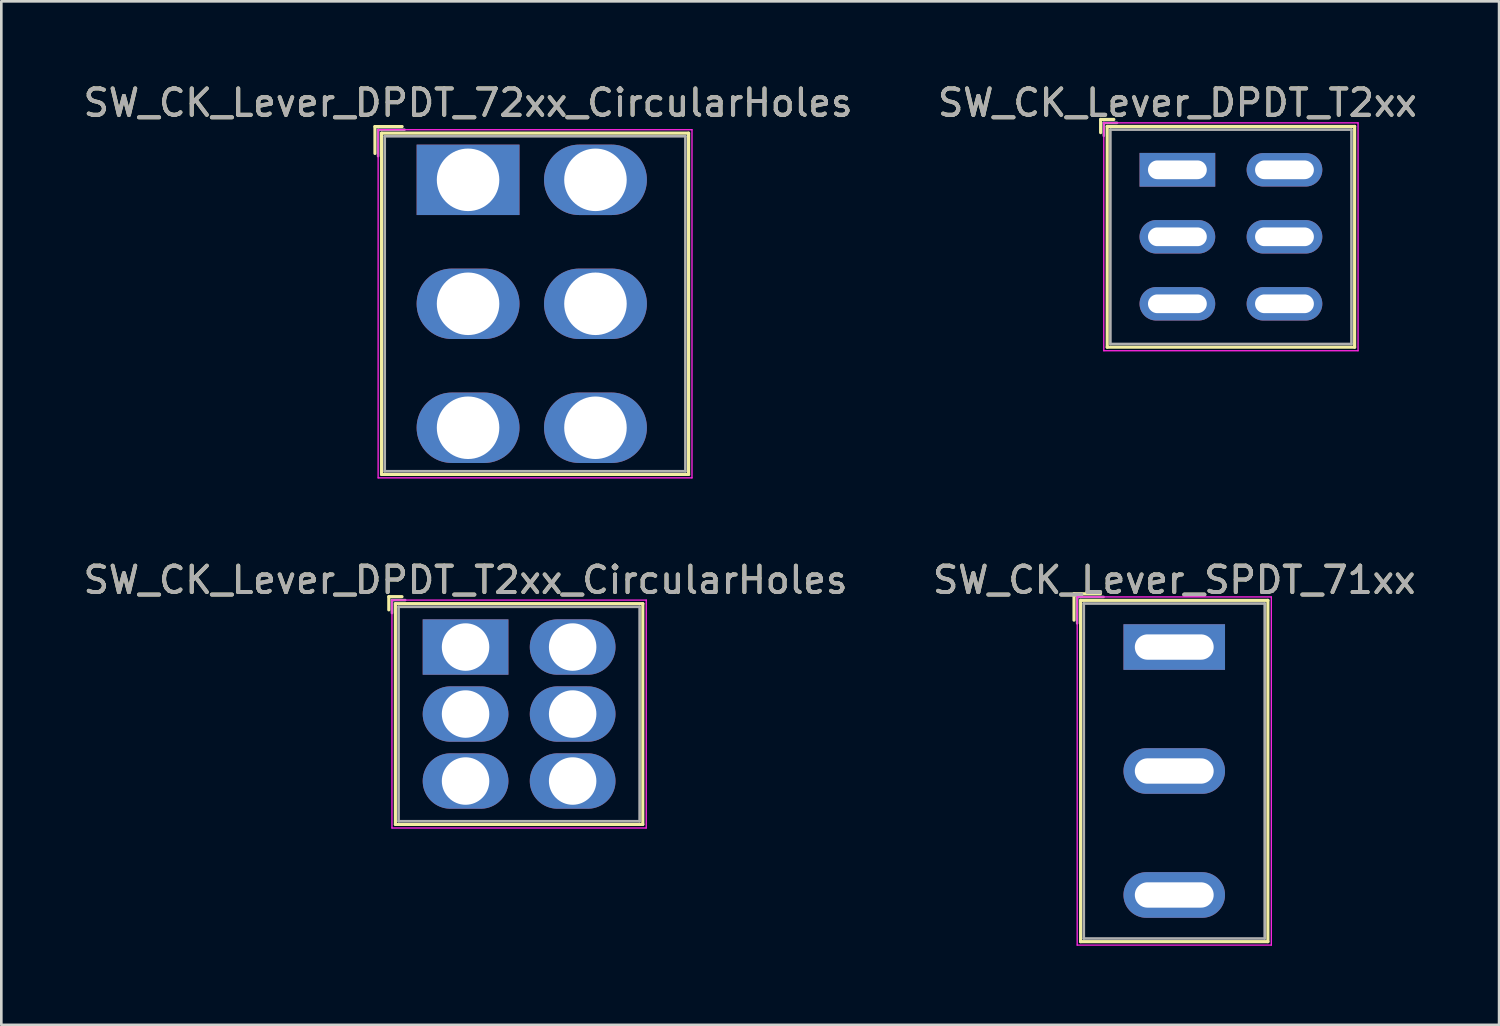
<source format=kicad_pcb>
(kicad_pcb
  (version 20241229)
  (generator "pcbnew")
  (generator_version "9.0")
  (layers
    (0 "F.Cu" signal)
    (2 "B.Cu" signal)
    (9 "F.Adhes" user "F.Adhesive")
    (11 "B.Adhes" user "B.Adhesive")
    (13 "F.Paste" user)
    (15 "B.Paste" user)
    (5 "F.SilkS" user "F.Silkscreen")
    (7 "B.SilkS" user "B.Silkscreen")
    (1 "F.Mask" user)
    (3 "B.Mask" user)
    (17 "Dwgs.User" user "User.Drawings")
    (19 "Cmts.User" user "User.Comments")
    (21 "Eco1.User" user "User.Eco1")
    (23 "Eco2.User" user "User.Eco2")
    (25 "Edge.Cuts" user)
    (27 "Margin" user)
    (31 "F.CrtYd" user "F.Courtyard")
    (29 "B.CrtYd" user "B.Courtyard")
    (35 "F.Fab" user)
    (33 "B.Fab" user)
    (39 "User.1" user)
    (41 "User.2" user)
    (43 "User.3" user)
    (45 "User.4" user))
  (footprint "SW_CK_Lever_SPDT_71xx"
    (layer "F.Cu")
    (at 41.47 21.482)
    (property "Reference" "SW_CK_Lever_SPDT_71xx" (at 0 -2.54 180) (layer "F.SilkS") (effects (font (size 1 1) (thickness 0.15))))
    (attr through_hole)
    (fp_line (start -3.8 -2.02) (end -3.8 -1.02) (stroke (width 0.12) (type solid)) (layer "F.SilkS"))
    (fp_line (start -3.8 -2.02) (end -2.8 -2.02) (stroke (width 0.12) (type solid)) (layer "F.SilkS"))
    (fp_line (start -3.55 -1.77) (end -3.55 11.17) (stroke (width 0.12) (type solid)) (layer "F.SilkS"))
    (fp_line (start -3.55 -1.77) (end 3.55 -1.77) (stroke (width 0.12) (type solid)) (layer "F.SilkS"))
    (fp_line (start -3.55 11.17) (end 3.55 11.17) (stroke (width 0.12) (type solid)) (layer "F.SilkS"))
    (fp_line (start 3.55 -1.77) (end 3.55 11.17) (stroke (width 0.12) (type solid)) (layer "F.SilkS"))
    (fp_line (start -3.68 -1.9) (end -3.68 11.3) (stroke (width 0.05) (type solid)) (layer "F.CrtYd"))
    (fp_line (start -3.68 -1.9) (end 3.68 -1.9) (stroke (width 0.05) (type solid)) (layer "F.CrtYd"))
    (fp_line (start -3.68 11.3) (end 3.68 11.3) (stroke (width 0.05) (type solid)) (layer "F.CrtYd"))
    (fp_line (start 3.68 -1.9) (end 3.68 11.3) (stroke (width 0.05) (type solid)) (layer "F.CrtYd"))
    (fp_line (start -3.68 -1.9) (end -3.68 -0.9) (stroke (width 0.1) (type solid)) (layer "F.Fab"))
    (fp_line (start -3.68 -1.9) (end -2.68 -1.9) (stroke (width 0.1) (type solid)) (layer "F.Fab"))
    (fp_line (start -3.43 -1.65) (end -3.43 11.05) (stroke (width 0.1) (type solid)) (layer "F.Fab"))
    (fp_line (start -3.43 -1.65) (end 3.43 -1.65) (stroke (width 0.1) (type solid)) (layer "F.Fab"))
    (fp_line (start -3.43 11.05) (end 3.43 11.05) (stroke (width 0.1) (type solid)) (layer "F.Fab"))
    (fp_line (start 3.43 -1.65) (end 3.43 11.05) (stroke (width 0.1) (type solid)) (layer "F.Fab"))
    (fp_text user "${REFERENCE}" (at 0 -2.54 180) (layer "F.Fab") (effects (font (size 1 1) (thickness 0.15))))
    (pad "1" thru_hole rect (at 0 0) (size 3.85 1.73) (drill oval 2.99 0.96) (layers "*.Cu" "*.Mask"))
    (pad "2" thru_hole oval (at 0 4.7) (size 3.85 1.73) (drill oval 2.99 0.96) (layers "*.Cu" "*.Mask"))
    (pad "3" thru_hole oval (at 0 9.4) (size 3.85 1.73) (drill oval 2.99 0.96) (layers "*.Cu" "*.Mask")))
  (footprint "SW_CK_Lever_DPDT_72xx_CircularHoles"
    (layer "F.Cu")
    (at 14.696 3.768)
    (property "Reference" "SW_CK_Lever_DPDT_72xx_CircularHoles" (at 0 -2.92 180) (layer "F.SilkS") (effects (font (size 1 1) (thickness 0.15))))
    (attr through_hole)
    (fp_line (start -3.53 -2.02) (end -3.53 -1) (stroke (width 0.12) (type solid)) (layer "F.SilkS"))
    (fp_line (start -3.53 -2.02) (end -2.5 -2.02) (stroke (width 0.12) (type solid)) (layer "F.SilkS"))
    (fp_line (start -3.28 -1.77) (end -3.28 11.17) (stroke (width 0.12) (type solid)) (layer "F.SilkS"))
    (fp_line (start -3.28 -1.77) (end 8.36 -1.77) (stroke (width 0.12) (type solid)) (layer "F.SilkS"))
    (fp_line (start -3.28 11.17) (end 8.36 11.17) (stroke (width 0.12) (type solid)) (layer "F.SilkS"))
    (fp_line (start 8.36 -1.77) (end 8.36 11.17) (stroke (width 0.12) (type solid)) (layer "F.SilkS"))
    (fp_line (start -3.41 -1.9) (end -3.41 11.3) (stroke (width 0.05) (type solid)) (layer "F.CrtYd"))
    (fp_line (start -3.41 -1.9) (end 8.49 -1.9) (stroke (width 0.05) (type solid)) (layer "F.CrtYd"))
    (fp_line (start -3.41 11.3) (end 8.49 11.3) (stroke (width 0.05) (type solid)) (layer "F.CrtYd"))
    (fp_line (start 8.49 -1.9) (end 8.49 11.3) (stroke (width 0.05) (type solid)) (layer "F.CrtYd"))
    (fp_line (start -3.41 -1.9) (end -3.41 -0.9) (stroke (width 0.1) (type solid)) (layer "F.Fab"))
    (fp_line (start -3.41 -1.9) (end -2.41 -1.9) (stroke (width 0.1) (type solid)) (layer "F.Fab"))
    (fp_line (start -3.16 -1.65) (end -3.16 11.05) (stroke (width 0.1) (type solid)) (layer "F.Fab"))
    (fp_line (start -3.16 -1.65) (end 8.24 -1.65) (stroke (width 0.1) (type solid)) (layer "F.Fab"))
    (fp_line (start -3.16 11.05) (end 8.24 11.05) (stroke (width 0.1) (type solid)) (layer "F.Fab"))
    (fp_line (start 8.24 -1.65) (end 8.24 11.05) (stroke (width 0.1) (type solid)) (layer "F.Fab"))
    (fp_text user "${REFERENCE}" (at 0 -2.92 180) (layer "F.Fab") (effects (font (size 1 1) (thickness 0.15))))
    (pad "1" thru_hole rect (at 0 0) (size 3.9 2.67) (drill 2.37) (layers "*.Cu" "*.Mask"))
    (pad "2" thru_hole oval (at 0 4.7) (size 3.9 2.67) (drill 2.37) (layers "*.Cu" "*.Mask"))
    (pad "3" thru_hole oval (at 0 9.4) (size 3.9 2.67) (drill 2.37) (layers "*.Cu" "*.Mask"))
    (pad "4" thru_hole oval (at 4.83 0) (size 3.9 2.67) (drill 2.37) (layers "*.Cu" "*.Mask"))
    (pad "5" thru_hole oval (at 4.83 4.7) (size 3.9 2.67) (drill 2.37) (layers "*.Cu" "*.Mask"))
    (pad "6" thru_hole oval (at 4.83 9.4) (size 3.9 2.67) (drill 2.37) (layers "*.Cu" "*.Mask")))
  (footprint "SW_CK_Lever_DPDT_T2xx_CircularHoles"
    (layer "F.Cu")
    (at 14.601 21.482)
    (property "Reference" "SW_CK_Lever_DPDT_T2xx_CircularHoles" (at 0 -2.54 180) (layer "F.SilkS") (effects (font (size 1 1) (thickness 0.15))))
    (attr through_hole)
    (fp_line (start -2.91 -1.91) (end -2.91 -1.41) (stroke (width 0.12) (type solid)) (layer "F.SilkS"))
    (fp_line (start -2.91 -1.91) (end -2.41 -1.91) (stroke (width 0.12) (type solid)) (layer "F.SilkS"))
    (fp_line (start -2.66 -1.645) (end -2.66 6.725) (stroke (width 0.12) (type solid)) (layer "F.SilkS"))
    (fp_line (start -2.66 -1.645) (end 6.72 -1.645) (stroke (width 0.12) (type solid)) (layer "F.SilkS"))
    (fp_line (start -2.66 6.725) (end 6.72 6.725) (stroke (width 0.12) (type solid)) (layer "F.SilkS"))
    (fp_line (start 6.72 -1.645) (end 6.72 6.725) (stroke (width 0.12) (type solid)) (layer "F.SilkS"))
    (fp_line (start -2.79 -1.78) (end -2.79 6.86) (stroke (width 0.05) (type solid)) (layer "F.CrtYd"))
    (fp_line (start -2.79 -1.78) (end 6.85 -1.78) (stroke (width 0.05) (type solid)) (layer "F.CrtYd"))
    (fp_line (start -2.79 6.86) (end 6.85 6.86) (stroke (width 0.05) (type solid)) (layer "F.CrtYd"))
    (fp_line (start 6.85 -1.78) (end 6.85 6.86) (stroke (width 0.05) (type solid)) (layer "F.CrtYd"))
    (fp_line (start -2.79 -1.78) (end -2.79 -1.29) (stroke (width 0.1) (type solid)) (layer "F.Fab"))
    (fp_line (start -2.79 -1.78) (end -2.29 -1.78) (stroke (width 0.1) (type solid)) (layer "F.Fab"))
    (fp_line (start -2.54 -1.525) (end -2.54 6.605) (stroke (width 0.1) (type solid)) (layer "F.Fab"))
    (fp_line (start -2.54 -1.525) (end 6.6 -1.525) (stroke (width 0.1) (type solid)) (layer "F.Fab"))
    (fp_line (start -2.54 6.605) (end 6.6 6.605) (stroke (width 0.1) (type solid)) (layer "F.Fab"))
    (fp_line (start 6.6 -1.525) (end 6.6 6.605) (stroke (width 0.1) (type solid)) (layer "F.Fab"))
    (fp_text user "${REFERENCE}" (at 0 -2.54 180) (layer "F.Fab") (effects (font (size 1 1) (thickness 0.15))))
    (pad "1" thru_hole rect (at 0 0) (size 3.25 2.1) (drill 1.8) (layers "*.Cu" "*.Mask"))
    (pad "2" thru_hole oval (at 0 2.54) (size 3.25 2.1) (drill 1.8) (layers "*.Cu" "*.Mask"))
    (pad "3" thru_hole oval (at 0 5.08) (size 3.25 2.1) (drill 1.8) (layers "*.Cu" "*.Mask"))
    (pad "4" thru_hole oval (at 4.06 0) (size 3.25 2.1) (drill 1.8) (layers "*.Cu" "*.Mask"))
    (pad "5" thru_hole oval (at 4.06 2.54) (size 3.25 2.1) (drill 1.8) (layers "*.Cu" "*.Mask"))
    (pad "6" thru_hole oval (at 4.06 5.08) (size 3.25 2.1) (drill 1.8) (layers "*.Cu" "*.Mask")))
  (footprint "SW_CK_Lever_DPDT_T2xx"
    (layer "F.Cu")
    (at 41.589 3.388)
    (property "Reference" "SW_CK_Lever_DPDT_T2xx" (at 0 -2.54 180) (layer "F.SilkS") (effects (font (size 1 1) (thickness 0.15))))
    (attr through_hole)
    (fp_line (start -2.91 -1.91) (end -2.91 -1.41) (stroke (width 0.12) (type solid)) (layer "F.SilkS"))
    (fp_line (start -2.91 -1.91) (end -2.41 -1.91) (stroke (width 0.12) (type solid)) (layer "F.SilkS"))
    (fp_line (start -2.66 -1.645) (end -2.66 6.725) (stroke (width 0.12) (type solid)) (layer "F.SilkS"))
    (fp_line (start -2.66 -1.645) (end 6.72 -1.645) (stroke (width 0.12) (type solid)) (layer "F.SilkS"))
    (fp_line (start -2.66 6.725) (end 6.72 6.725) (stroke (width 0.12) (type solid)) (layer "F.SilkS"))
    (fp_line (start 6.72 -1.645) (end 6.72 6.725) (stroke (width 0.12) (type solid)) (layer "F.SilkS"))
    (fp_line (start -2.79 -1.78) (end -2.79 6.86) (stroke (width 0.05) (type solid)) (layer "F.CrtYd"))
    (fp_line (start -2.79 -1.78) (end 6.85 -1.78) (stroke (width 0.05) (type solid)) (layer "F.CrtYd"))
    (fp_line (start -2.79 6.86) (end 6.85 6.86) (stroke (width 0.05) (type solid)) (layer "F.CrtYd"))
    (fp_line (start 6.85 -1.78) (end 6.85 6.86) (stroke (width 0.05) (type solid)) (layer "F.CrtYd"))
    (fp_line (start -2.79 -1.78) (end -2.79 -1.29) (stroke (width 0.1) (type solid)) (layer "F.Fab"))
    (fp_line (start -2.79 -1.78) (end -2.29 -1.78) (stroke (width 0.1) (type solid)) (layer "F.Fab"))
    (fp_line (start -2.54 -1.525) (end -2.54 6.605) (stroke (width 0.1) (type solid)) (layer "F.Fab"))
    (fp_line (start -2.54 -1.525) (end 6.6 -1.525) (stroke (width 0.1) (type solid)) (layer "F.Fab"))
    (fp_line (start -2.54 6.605) (end 6.6 6.605) (stroke (width 0.1) (type solid)) (layer "F.Fab"))
    (fp_line (start 6.6 -1.525) (end 6.6 6.605) (stroke (width 0.1) (type solid)) (layer "F.Fab"))
    (fp_text user "${REFERENCE}" (at 0 -2.54 180) (layer "F.Fab") (effects (font (size 1 1) (thickness 0.15))))
    (pad "1" thru_hole rect (at 0 0) (size 2.87 1.28) (drill oval 2.23 0.71) (layers "*.Cu" "*.Mask"))
    (pad "2" thru_hole oval (at 0 2.54) (size 2.87 1.27) (drill oval 2.23 0.71) (layers "*.Cu" "*.Mask"))
    (pad "3" thru_hole oval (at 0 5.08) (size 2.87 1.27) (drill oval 2.23 0.71) (layers "*.Cu" "*.Mask"))
    (pad "4" thru_hole oval (at 4.06 0) (size 2.87 1.27) (drill oval 2.23 0.71) (layers "*.Cu" "*.Mask"))
    (pad "5" thru_hole oval (at 4.06 2.54) (size 2.87 1.27) (drill oval 2.23 0.71) (layers "*.Cu" "*.Mask"))
    (pad "6" thru_hole oval (at 4.06 5.08) (size 2.87 1.27) (drill oval 2.23 0.71) (layers "*.Cu" "*.Mask")))
  (gr_rect
    (start -3 -3)
    (end 53.786 35.806)
    (stroke (width 0.1) (type default))
    (fill no)
    (layer "Edge.Cuts")))
</source>
